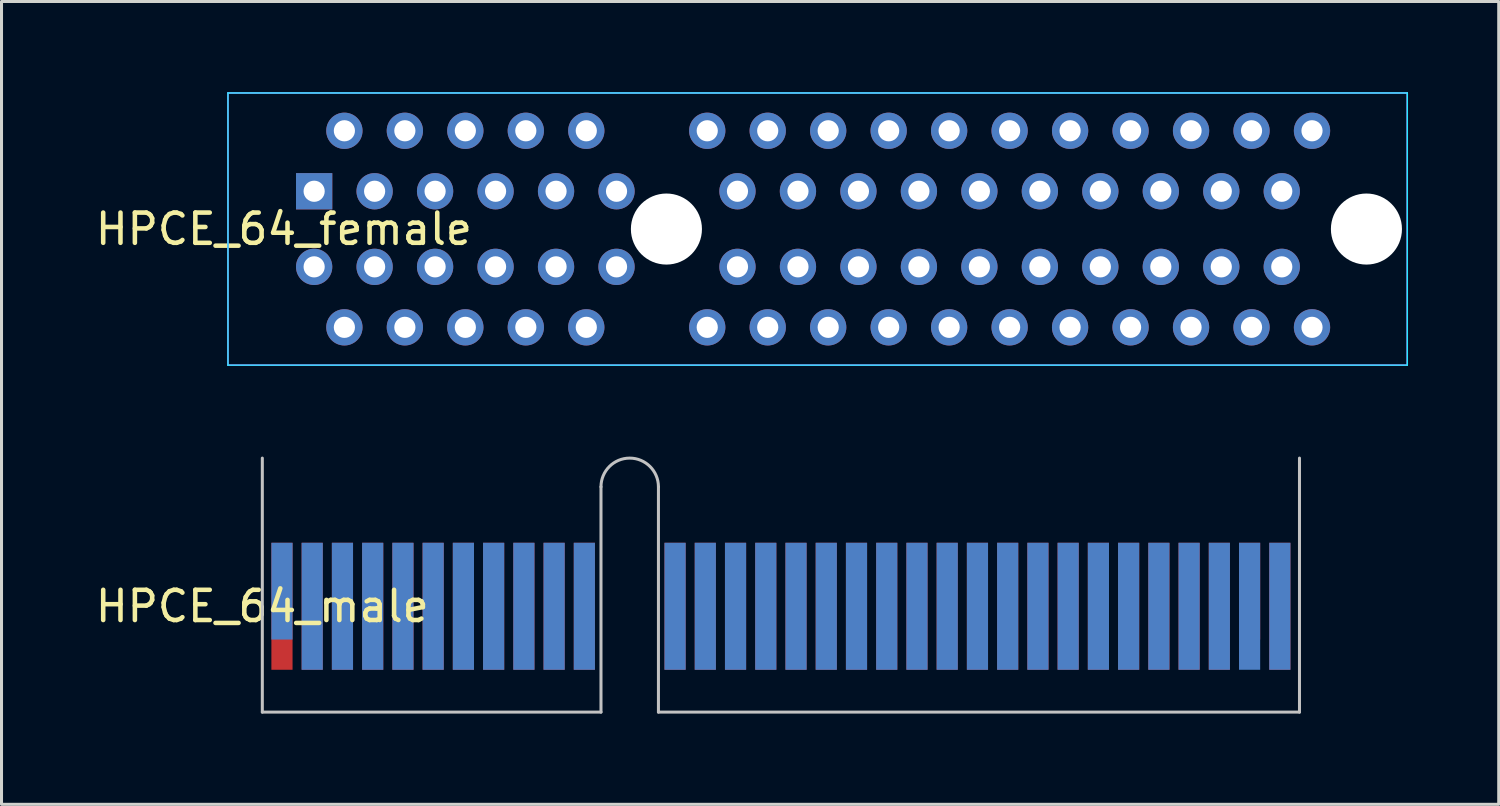
<source format=kicad_pcb>
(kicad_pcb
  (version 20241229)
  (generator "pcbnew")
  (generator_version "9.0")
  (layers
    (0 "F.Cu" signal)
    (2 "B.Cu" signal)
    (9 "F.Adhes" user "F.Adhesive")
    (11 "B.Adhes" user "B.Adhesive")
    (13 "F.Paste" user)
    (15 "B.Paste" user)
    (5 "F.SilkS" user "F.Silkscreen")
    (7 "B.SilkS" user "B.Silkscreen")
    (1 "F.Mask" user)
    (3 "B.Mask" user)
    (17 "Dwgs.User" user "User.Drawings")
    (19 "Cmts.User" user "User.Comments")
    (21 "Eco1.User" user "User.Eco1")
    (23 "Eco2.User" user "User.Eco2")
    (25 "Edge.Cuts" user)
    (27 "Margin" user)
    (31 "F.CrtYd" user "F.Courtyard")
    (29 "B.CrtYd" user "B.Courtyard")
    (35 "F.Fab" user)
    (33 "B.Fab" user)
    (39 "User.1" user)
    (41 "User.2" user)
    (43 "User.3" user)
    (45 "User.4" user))
  (footprint "HPCE_64_female"
    (layer "F.Cu")
    (at 6.339 4.525)
    (property "Reference" "HPCE_64_female" (at 0 0 0) (layer "F.SilkS") (effects (font (size 1 1) (thickness 0.15))))
    (attr through_hole)
    (fp_line (start -1.85 -4.5) (end -1.85 4.5) (stroke (width 0.05) (type solid)) (layer "B.CrtYd"))
    (fp_line (start -1.85 4.5) (end 37.15 4.5) (stroke (width 0.05) (type solid)) (layer "B.CrtYd"))
    (fp_line (start 37.15 -4.5) (end -1.85 -4.5) (stroke (width 0.05) (type solid)) (layer "B.CrtYd"))
    (fp_line (start 37.15 4.5) (end 37.15 -4.5) (stroke (width 0.05) (type solid)) (layer "B.CrtYd"))
    (fp_line (start -1.85 -4.5) (end -1.85 4.5) (stroke (width 0.05) (type solid)) (layer "F.CrtYd"))
    (fp_line (start -1.85 4.5) (end 37.15 4.5) (stroke (width 0.05) (type solid)) (layer "F.CrtYd"))
    (fp_line (start 37.15 -4.5) (end -1.85 -4.5) (stroke (width 0.05) (type solid)) (layer "F.CrtYd"))
    (fp_line (start 37.15 4.5) (end 37.15 -4.5) (stroke (width 0.05) (type solid)) (layer "F.CrtYd"))
    (pad "" np_thru_hole circle (at 12.65 0) (size 2.35 2.35) (drill 2.35) (layers "*.Cu" "*.Mask"))
    (pad "" np_thru_hole circle (at 35.8 0) (size 2.35 2.35) (drill 2.35) (layers "*.Cu" "*.Mask"))
    (pad "A1" thru_hole rect (at 1 -1.25) (size 1.2 1.2) (drill 0.7) (layers "*.Cu" "*.Mask"))
    (pad "A2" thru_hole circle (at 2 -3.25) (size 1.2 1.2) (drill 0.7) (layers "*.Cu" "*.Mask"))
    (pad "A3" thru_hole circle (at 3 -1.25) (size 1.2 1.2) (drill 0.7) (layers "*.Cu" "*.Mask"))
    (pad "A4" thru_hole circle (at 4 -3.25) (size 1.2 1.2) (drill 0.7) (layers "*.Cu" "*.Mask"))
    (pad "A5" thru_hole circle (at 5 -1.25) (size 1.2 1.2) (drill 0.7) (layers "*.Cu" "*.Mask"))
    (pad "A6" thru_hole circle (at 6 -3.25) (size 1.2 1.2) (drill 0.7) (layers "*.Cu" "*.Mask"))
    (pad "A7" thru_hole circle (at 7 -1.25) (size 1.2 1.2) (drill 0.7) (layers "*.Cu" "*.Mask"))
    (pad "A8" thru_hole circle (at 8 -3.25) (size 1.2 1.2) (drill 0.7) (layers "*.Cu" "*.Mask"))
    (pad "A9" thru_hole circle (at 9 -1.25) (size 1.2 1.2) (drill 0.7) (layers "*.Cu" "*.Mask"))
    (pad "A10" thru_hole circle (at 10 -3.25) (size 1.2 1.2) (drill 0.7) (layers "*.Cu" "*.Mask"))
    (pad "A11" thru_hole circle (at 11 -1.25) (size 1.2 1.2) (drill 0.7) (layers "*.Cu" "*.Mask"))
    (pad "A12" thru_hole circle (at 14 -3.25) (size 1.2 1.2) (drill 0.7) (layers "*.Cu" "*.Mask"))
    (pad "A13" thru_hole circle (at 15 -1.25) (size 1.2 1.2) (drill 0.7) (layers "*.Cu" "*.Mask"))
    (pad "A14" thru_hole circle (at 16 -3.25) (size 1.2 1.2) (drill 0.7) (layers "*.Cu" "*.Mask"))
    (pad "A15" thru_hole circle (at 17 -1.25) (size 1.2 1.2) (drill 0.7) (layers "*.Cu" "*.Mask"))
    (pad "A16" thru_hole circle (at 18 -3.25) (size 1.2 1.2) (drill 0.7) (layers "*.Cu" "*.Mask"))
    (pad "A17" thru_hole circle (at 19 -1.25) (size 1.2 1.2) (drill 0.7) (layers "*.Cu" "*.Mask"))
    (pad "A18" thru_hole circle (at 20 -3.25) (size 1.2 1.2) (drill 0.7) (layers "*.Cu" "*.Mask"))
    (pad "A19" thru_hole circle (at 21 -1.25) (size 1.2 1.2) (drill 0.7) (layers "*.Cu" "*.Mask"))
    (pad "A20" thru_hole circle (at 22 -3.25) (size 1.2 1.2) (drill 0.7) (layers "*.Cu" "*.Mask"))
    (pad "A21" thru_hole circle (at 23 -1.25) (size 1.2 1.2) (drill 0.7) (layers "*.Cu" "*.Mask"))
    (pad "A22" thru_hole circle (at 24 -3.25) (size 1.2 1.2) (drill 0.7) (layers "*.Cu" "*.Mask"))
    (pad "A23" thru_hole circle (at 25 -1.25) (size 1.2 1.2) (drill 0.7) (layers "*.Cu" "*.Mask"))
    (pad "A24" thru_hole circle (at 26 -3.25) (size 1.2 1.2) (drill 0.7) (layers "*.Cu" "*.Mask"))
    (pad "A25" thru_hole circle (at 27 -1.25) (size 1.2 1.2) (drill 0.7) (layers "*.Cu" "*.Mask"))
    (pad "A26" thru_hole circle (at 28 -3.25) (size 1.2 1.2) (drill 0.7) (layers "*.Cu" "*.Mask"))
    (pad "A27" thru_hole circle (at 29 -1.25) (size 1.2 1.2) (drill 0.7) (layers "*.Cu" "*.Mask"))
    (pad "A28" thru_hole circle (at 30 -3.25) (size 1.2 1.2) (drill 0.7) (layers "*.Cu" "*.Mask"))
    (pad "A29" thru_hole circle (at 31 -1.25) (size 1.2 1.2) (drill 0.7) (layers "*.Cu" "*.Mask"))
    (pad "A30" thru_hole circle (at 32 -3.25) (size 1.2 1.2) (drill 0.7) (layers "*.Cu" "*.Mask"))
    (pad "A31" thru_hole circle (at 33 -1.25) (size 1.2 1.2) (drill 0.7) (layers "*.Cu" "*.Mask"))
    (pad "A32" thru_hole circle (at 34 -3.25) (size 1.2 1.2) (drill 0.7) (layers "*.Cu" "*.Mask"))
    (pad "B1" thru_hole circle (at 1 1.25) (size 1.2 1.2) (drill 0.7) (layers "*.Cu" "*.Mask"))
    (pad "B2" thru_hole circle (at 2 3.25) (size 1.2 1.2) (drill 0.7) (layers "*.Cu" "*.Mask"))
    (pad "B3" thru_hole circle (at 3 1.25) (size 1.2 1.2) (drill 0.7) (layers "*.Cu" "*.Mask"))
    (pad "B4" thru_hole circle (at 4 3.25) (size 1.2 1.2) (drill 0.7) (layers "*.Cu" "*.Mask"))
    (pad "B5" thru_hole circle (at 5 1.25) (size 1.2 1.2) (drill 0.7) (layers "*.Cu" "*.Mask"))
    (pad "B6" thru_hole circle (at 6 3.25) (size 1.2 1.2) (drill 0.7) (layers "*.Cu" "*.Mask"))
    (pad "B7" thru_hole circle (at 7 1.25) (size 1.2 1.2) (drill 0.7) (layers "*.Cu" "*.Mask"))
    (pad "B8" thru_hole circle (at 8 3.25) (size 1.2 1.2) (drill 0.7) (layers "*.Cu" "*.Mask"))
    (pad "B9" thru_hole circle (at 9 1.25) (size 1.2 1.2) (drill 0.7) (layers "*.Cu" "*.Mask"))
    (pad "B10" thru_hole circle (at 10 3.25) (size 1.2 1.2) (drill 0.7) (layers "*.Cu" "*.Mask"))
    (pad "B11" thru_hole circle (at 11 1.25) (size 1.2 1.2) (drill 0.7) (layers "*.Cu" "*.Mask"))
    (pad "B12" thru_hole circle (at 14 3.25) (size 1.2 1.2) (drill 0.7) (layers "*.Cu" "*.Mask"))
    (pad "B13" thru_hole circle (at 15 1.25) (size 1.2 1.2) (drill 0.7) (layers "*.Cu" "*.Mask"))
    (pad "B14" thru_hole circle (at 16 3.25) (size 1.2 1.2) (drill 0.7) (layers "*.Cu" "*.Mask"))
    (pad "B15" thru_hole circle (at 17 1.25) (size 1.2 1.2) (drill 0.7) (layers "*.Cu" "*.Mask"))
    (pad "B16" thru_hole circle (at 18 3.25) (size 1.2 1.2) (drill 0.7) (layers "*.Cu" "*.Mask"))
    (pad "B17" thru_hole circle (at 19 1.25) (size 1.2 1.2) (drill 0.7) (layers "*.Cu" "*.Mask"))
    (pad "B18" thru_hole circle (at 20 3.25) (size 1.2 1.2) (drill 0.7) (layers "*.Cu" "*.Mask"))
    (pad "B19" thru_hole circle (at 21 1.25) (size 1.2 1.2) (drill 0.7) (layers "*.Cu" "*.Mask"))
    (pad "B20" thru_hole circle (at 22 3.25) (size 1.2 1.2) (drill 0.7) (layers "*.Cu" "*.Mask"))
    (pad "B21" thru_hole circle (at 23 1.25) (size 1.2 1.2) (drill 0.7) (layers "*.Cu" "*.Mask"))
    (pad "B22" thru_hole circle (at 24 3.25) (size 1.2 1.2) (drill 0.7) (layers "*.Cu" "*.Mask"))
    (pad "B23" thru_hole circle (at 25 1.25) (size 1.2 1.2) (drill 0.7) (layers "*.Cu" "*.Mask"))
    (pad "B24" thru_hole circle (at 26 3.25) (size 1.2 1.2) (drill 0.7) (layers "*.Cu" "*.Mask"))
    (pad "B25" thru_hole circle (at 27 1.25) (size 1.2 1.2) (drill 0.7) (layers "*.Cu" "*.Mask"))
    (pad "B26" thru_hole circle (at 28 3.25) (size 1.2 1.2) (drill 0.7) (layers "*.Cu" "*.Mask"))
    (pad "B27" thru_hole circle (at 29 1.25) (size 1.2 1.2) (drill 0.7) (layers "*.Cu" "*.Mask"))
    (pad "B28" thru_hole circle (at 30 3.25) (size 1.2 1.2) (drill 0.7) (layers "*.Cu" "*.Mask"))
    (pad "B29" thru_hole circle (at 31 1.25) (size 1.2 1.2) (drill 0.7) (layers "*.Cu" "*.Mask"))
    (pad "B30" thru_hole circle (at 32 3.25) (size 1.2 1.2) (drill 0.7) (layers "*.Cu" "*.Mask"))
    (pad "B31" thru_hole circle (at 33 1.25) (size 1.2 1.2) (drill 0.7) (layers "*.Cu" "*.Mask"))
    (pad "B32" thru_hole circle (at 34 3.25) (size 1.2 1.2) (drill 0.7) (layers "*.Cu" "*.Mask")))
  (footprint "HPCE_64_male"
    (layer "F.Cu")
    (at 5.625 17)
    (property "Reference" "HPCE_64_male" (at 0 0 0) (layer "F.SilkS") (effects (font (size 1 1) (thickness 0.15))))
    (attr through_hole)
    (fp_line (start 0 3.5) (end 0 -4.9) (stroke (width 0.1) (type solid)) (layer "Dwgs.User"))
    (fp_line (start 0 3.5) (end 11.2 3.5) (stroke (width 0.1) (type solid)) (layer "Dwgs.User"))
    (fp_line (start 11.2 3.5) (end 11.2 -3.95) (stroke (width 0.1) (type solid)) (layer "Dwgs.User"))
    (fp_line (start 13.1 3.5) (end 13.1 -3.95) (stroke (width 0.1) (type solid)) (layer "Dwgs.User"))
    (fp_line (start 13.1 3.5) (end 34.3 3.5) (stroke (width 0.1) (type solid)) (layer "Dwgs.User"))
    (fp_line (start 34.3 3.5) (end 34.3 -4.9) (stroke (width 0.1) (type solid)) (layer "Dwgs.User"))
    (fp_arc (start 11.2 -3.95) (mid 12.15 -4.9) (end 13.1 -3.95) (stroke (width 0.1) (type solid)) (layer "Dwgs.User"))
    (pad "A1" smd rect (at 0.65 -0.5) (size 0.7 3.2) (layers "B.Cu" "B.Mask"))
    (pad "A2" smd rect (at 1.65 0) (size 0.7 4.2) (layers "B.Cu" "B.Mask"))
    (pad "A3" smd rect (at 2.65 0) (size 0.7 4.2) (layers "B.Cu" "B.Mask"))
    (pad "A4" smd rect (at 3.65 0) (size 0.7 4.2) (layers "B.Cu" "B.Mask"))
    (pad "A5" smd rect (at 4.65 0) (size 0.7 4.2) (layers "B.Cu" "B.Mask"))
    (pad "A6" smd rect (at 5.65 0) (size 0.7 4.2) (layers "B.Cu" "B.Mask"))
    (pad "A7" smd rect (at 6.65 0) (size 0.7 4.2) (layers "B.Cu" "B.Mask"))
    (pad "A8" smd rect (at 7.65 0) (size 0.7 4.2) (layers "B.Cu" "B.Mask"))
    (pad "A9" smd rect (at 8.65 0) (size 0.7 4.2) (layers "B.Cu" "B.Mask"))
    (pad "A10" smd rect (at 9.65 0) (size 0.7 4.2) (layers "B.Cu" "B.Mask"))
    (pad "A11" smd rect (at 10.65 0) (size 0.7 4.2) (layers "B.Cu" "B.Mask"))
    (pad "A12" smd rect (at 13.65 0) (size 0.7 4.2) (layers "B.Cu" "B.Mask"))
    (pad "A13" smd rect (at 14.65 0) (size 0.7 4.2) (layers "B.Cu" "B.Mask"))
    (pad "A14" smd rect (at 15.65 0) (size 0.7 4.2) (layers "B.Cu" "B.Mask"))
    (pad "A15" smd rect (at 16.65 0) (size 0.7 4.2) (layers "B.Cu" "B.Mask"))
    (pad "A16" smd rect (at 17.65 0) (size 0.7 4.2) (layers "B.Cu" "B.Mask"))
    (pad "A17" smd rect (at 18.65 0) (size 0.7 4.2) (layers "B.Cu" "B.Mask"))
    (pad "A18" smd rect (at 19.65 0) (size 0.7 4.2) (layers "B.Cu" "B.Mask"))
    (pad "A19" smd rect (at 20.65 0) (size 0.7 4.2) (layers "B.Cu" "B.Mask"))
    (pad "A20" smd rect (at 21.65 0) (size 0.7 4.2) (layers "B.Cu" "B.Mask"))
    (pad "A21" smd rect (at 22.65 0) (size 0.7 4.2) (layers "B.Cu" "B.Mask"))
    (pad "A22" smd rect (at 23.65 0) (size 0.7 4.2) (layers "B.Cu" "B.Mask"))
    (pad "A23" smd rect (at 24.65 0) (size 0.7 4.2) (layers "B.Cu" "B.Mask"))
    (pad "A24" smd rect (at 25.65 0) (size 0.7 4.2) (layers "B.Cu" "B.Mask"))
    (pad "A25" smd rect (at 26.65 0) (size 0.7 4.2) (layers "B.Cu" "B.Mask"))
    (pad "A26" smd rect (at 27.65 0) (size 0.7 4.2) (layers "B.Cu" "B.Mask"))
    (pad "A27" smd rect (at 28.65 0) (size 0.7 4.2) (layers "B.Cu" "B.Mask"))
    (pad "A28" smd rect (at 29.65 0) (size 0.7 4.2) (layers "B.Cu" "B.Mask"))
    (pad "A29" smd rect (at 30.65 0) (size 0.7 4.2) (layers "B.Cu" "B.Mask"))
    (pad "A30" smd rect (at 31.65 0) (size 0.7 4.2) (layers "B.Cu" "B.Mask"))
    (pad "A31" smd rect (at 32.65 0) (size 0.7 4.2) (layers "B.Cu" "B.Mask"))
    (pad "A32" smd rect (at 33.65 0) (size 0.7 4.2) (layers "B.Cu" "B.Mask"))
    (pad "B1" smd rect (at 0.65 0) (size 0.7 4.2) (layers "F.Cu" "F.Mask"))
    (pad "B2" smd rect (at 1.65 0) (size 0.7 4.2) (layers "F.Cu" "F.Mask"))
    (pad "B3" smd rect (at 2.65 0) (size 0.7 4.2) (layers "F.Cu" "F.Mask"))
    (pad "B4" smd rect (at 3.65 0) (size 0.7 4.2) (layers "F.Cu" "F.Mask"))
    (pad "B5" smd rect (at 4.65 0) (size 0.7 4.2) (layers "F.Cu" "F.Mask"))
    (pad "B6" smd rect (at 5.65 0) (size 0.7 4.2) (layers "F.Cu" "F.Mask"))
    (pad "B7" smd rect (at 6.65 0) (size 0.7 4.2) (layers "F.Cu" "F.Mask"))
    (pad "B8" smd rect (at 7.65 0) (size 0.7 4.2) (layers "F.Cu" "F.Mask"))
    (pad "B9" smd rect (at 8.65 0) (size 0.7 4.2) (layers "F.Cu" "F.Mask"))
    (pad "B10" smd rect (at 9.65 0) (size 0.7 4.2) (layers "F.Cu" "F.Mask"))
    (pad "B11" smd rect (at 10.65 0) (size 0.7 4.2) (layers "F.Cu" "F.Mask"))
    (pad "B12" smd rect (at 13.65 0) (size 0.7 4.2) (layers "F.Cu" "F.Mask"))
    (pad "B13" smd rect (at 14.65 0) (size 0.7 4.2) (layers "F.Cu" "F.Mask"))
    (pad "B14" smd rect (at 15.65 0) (size 0.7 4.2) (layers "F.Cu" "F.Mask"))
    (pad "B15" smd rect (at 16.65 0) (size 0.7 4.2) (layers "F.Cu" "F.Mask"))
    (pad "B16" smd rect (at 17.65 0) (size 0.7 4.2) (layers "F.Cu" "F.Mask"))
    (pad "B17" smd rect (at 18.65 0) (size 0.7 4.2) (layers "F.Cu" "F.Mask"))
    (pad "B18" smd rect (at 19.65 0) (size 0.7 4.2) (layers "F.Cu" "F.Mask"))
    (pad "B19" smd rect (at 20.65 0) (size 0.7 4.2) (layers "F.Cu" "F.Mask"))
    (pad "B20" smd rect (at 21.65 0) (size 0.7 4.2) (layers "F.Cu" "F.Mask"))
    (pad "B21" smd rect (at 22.65 0) (size 0.7 4.2) (layers "F.Cu" "F.Mask"))
    (pad "B22" smd rect (at 23.65 0) (size 0.7 4.2) (layers "F.Cu" "F.Mask"))
    (pad "B23" smd rect (at 24.65 0) (size 0.7 4.2) (layers "F.Cu" "F.Mask"))
    (pad "B24" smd rect (at 25.65 0) (size 0.7 4.2) (layers "F.Cu" "F.Mask"))
    (pad "B25" smd rect (at 26.65 0) (size 0.7 4.2) (layers "F.Cu" "F.Mask"))
    (pad "B26" smd rect (at 27.65 0) (size 0.7 4.2) (layers "F.Cu" "F.Mask"))
    (pad "B27" smd rect (at 28.65 0) (size 0.7 4.2) (layers "F.Cu" "F.Mask"))
    (pad "B28" smd rect (at 29.65 0) (size 0.7 4.2) (layers "F.Cu" "F.Mask"))
    (pad "B29" smd rect (at 30.65 0) (size 0.7 4.2) (layers "F.Cu" "F.Mask"))
    (pad "B30" smd rect (at 31.65 0) (size 0.7 4.2) (layers "F.Cu" "F.Mask"))
    (pad "B31" smd rect (at 32.65 -0.5) (size 0.7 3.2) (layers "F.Cu" "F.Mask"))
    (pad "B32" smd rect (at 33.65 0) (size 0.7 4.2) (layers "F.Cu" "F.Mask")))
  (gr_rect
    (start -3 -3)
    (end 46.514 23.55)
    (stroke (width 0.1) (type default))
    (fill no)
    (layer "Edge.Cuts")))
</source>
